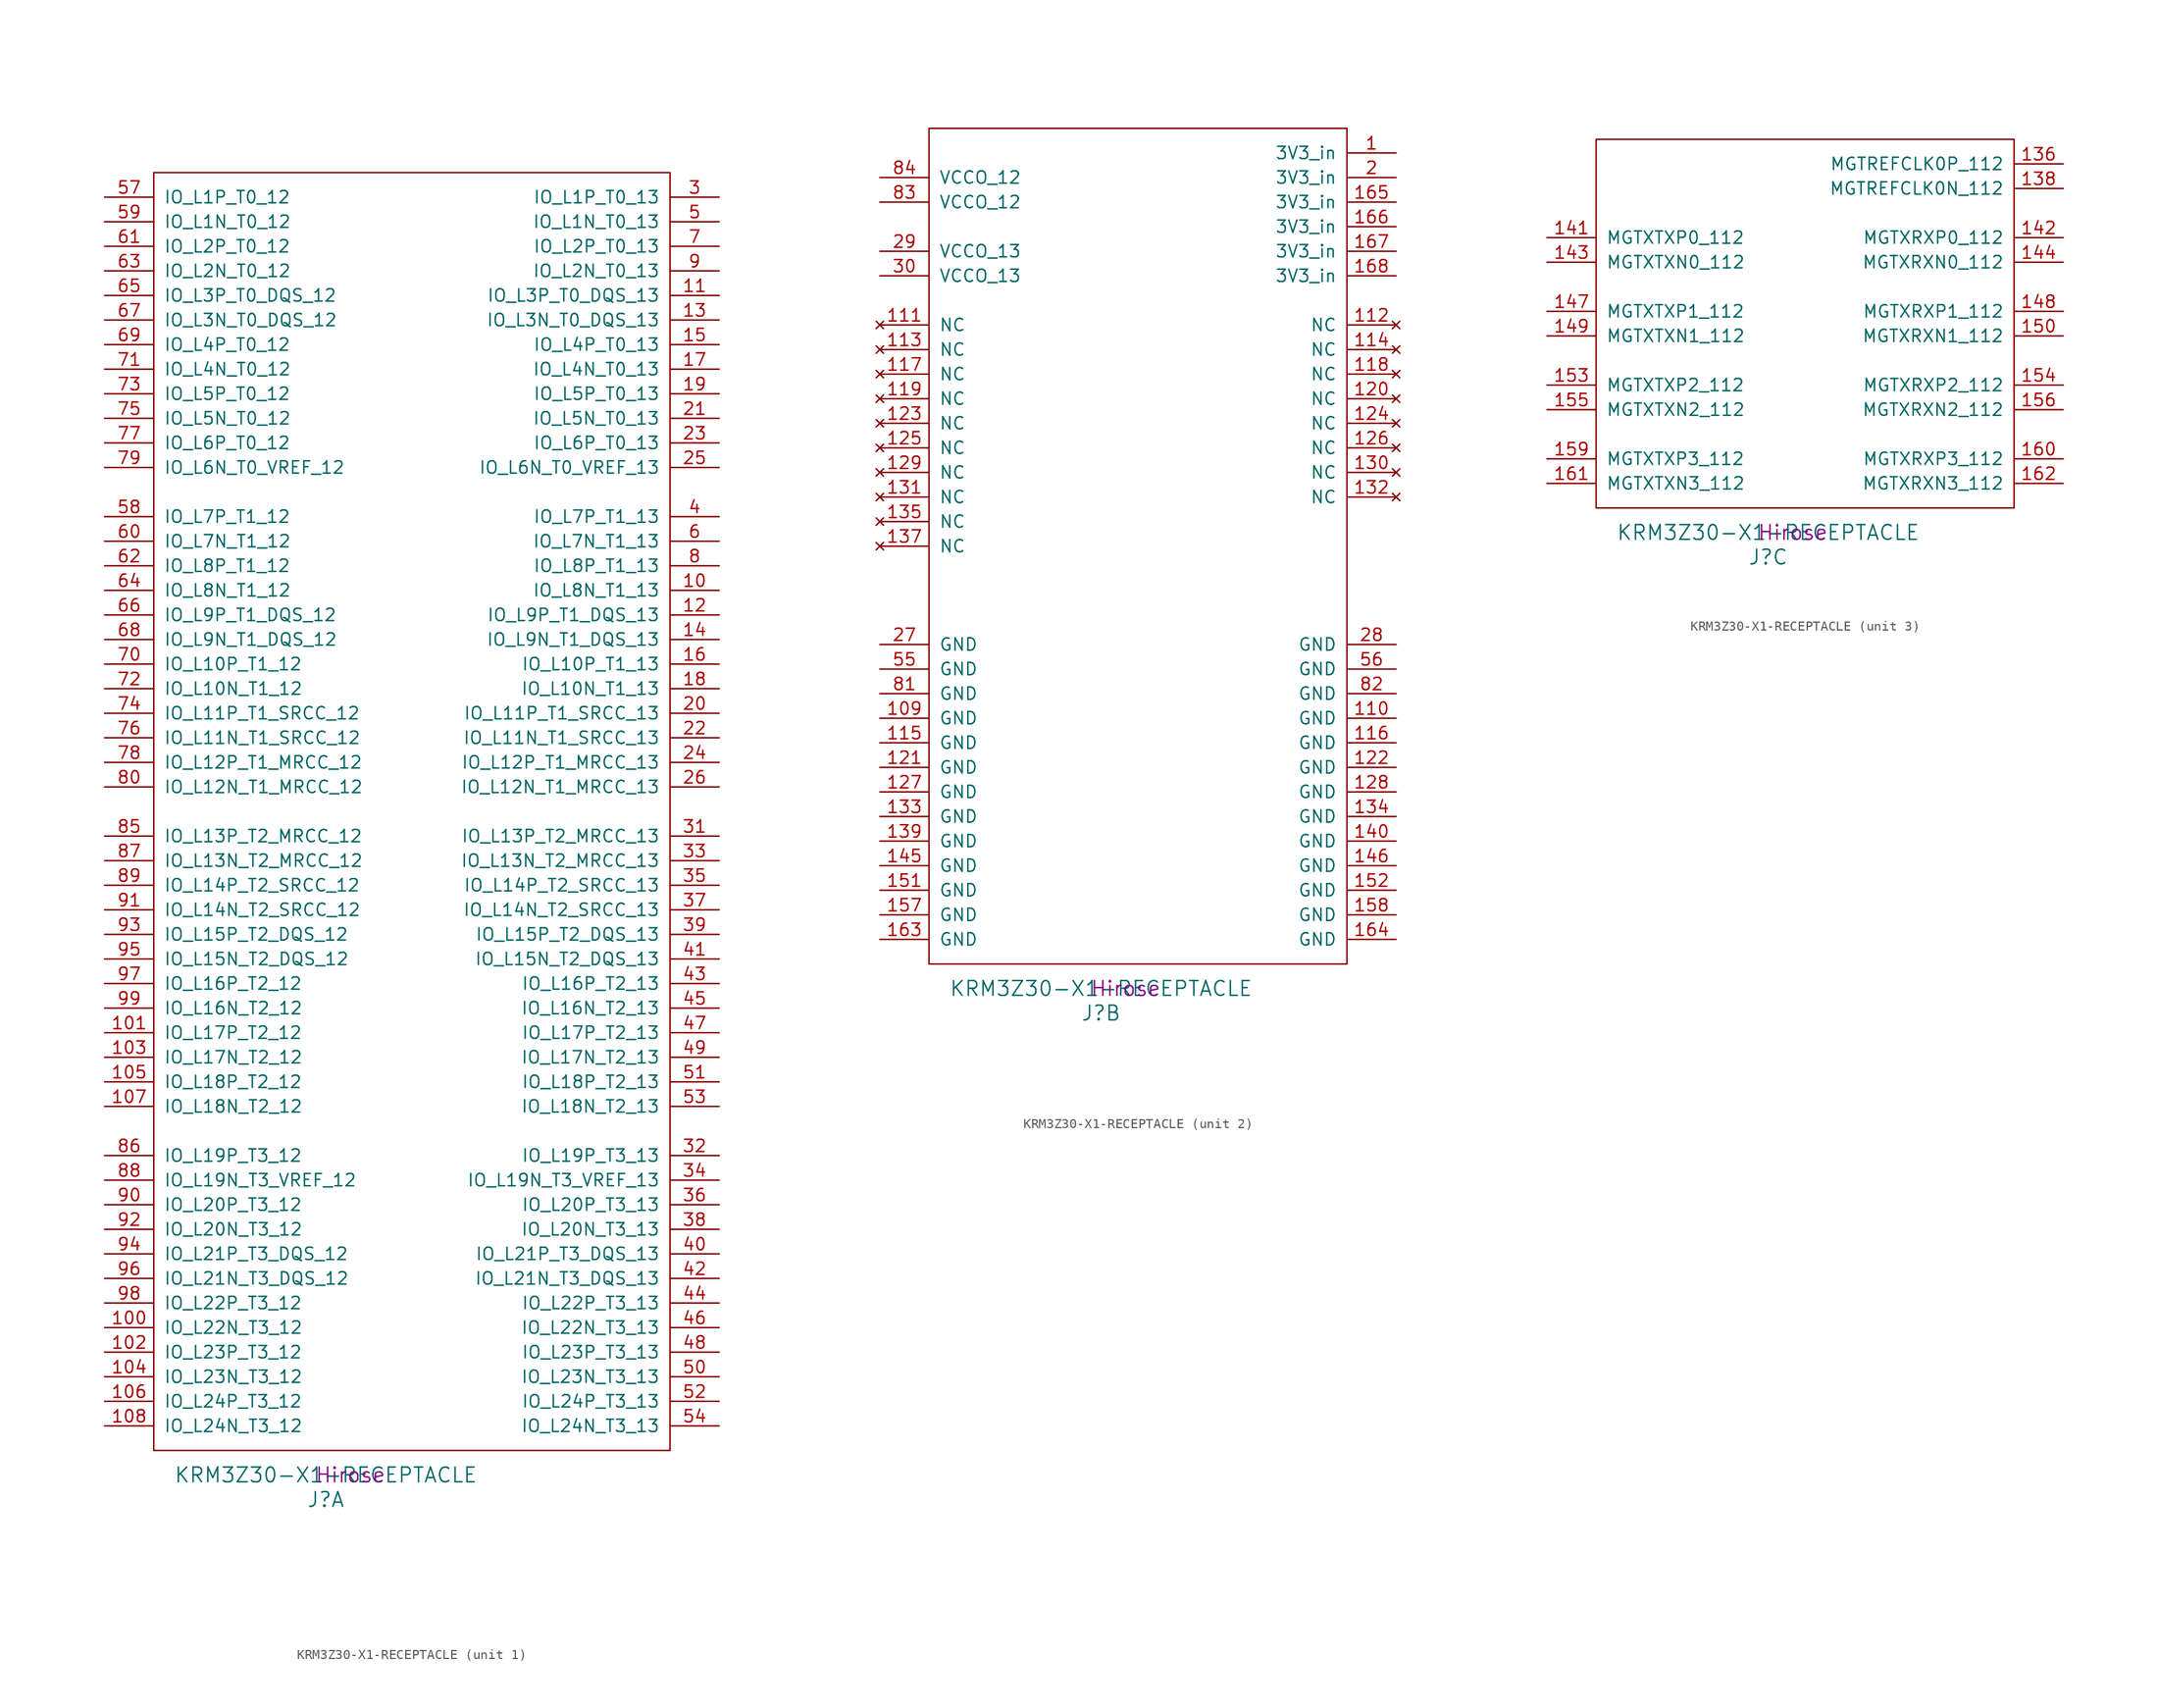
<source format=kicad_sym>
(kicad_symbol_lib
  (version 20220914)
  (generator kicad_symbol_editor)
  (symbol "KRM3Z30-X1-RECEPTACLE"
    (pin_names
      (offset 1.016))
    (property "Reference" "J"
      (at 17.78 -5.08 0)
      (effects (font (size 1.524 1.524))))
    (property "Value" "KRM3Z30-X1-RECEPTACLE"
      (at 17.78 -2.54 0)
      (effects (font (size 1.524 1.524))))
    (property "Datasheet" ""
      (at 3.81 43.18 0)
      (effects (font (size 1.524 1.524))))
    (property "Manufacturer" "Hirose"
      (at 20.32 -2.54 0)
      (effects (font (size 1.524 1.524))))
    (property "ki_locked" ""
      (at 0 0 0)
      (effects (font (size 1.27 1.27))))
    (symbol "KRM3Z30-X1-RECEPTACLE_1_1"
      (rectangle (start 0 0) (end 53.34 132.08) (stroke (width 0) (type solid)) (fill (type none)))
      (pin bidirectional line (at 58.42 88.9 180) (length 5.08) (name "IO_L8N_T1_13" (effects (font (size 1.27 1.27)))) (number "10" (effects (font (size 1.27 1.27)))))
      (pin bidirectional line (at -5.08 12.7 0) (length 5.08) (name "IO_L22N_T3_12" (effects (font (size 1.27 1.27)))) (number "100" (effects (font (size 1.27 1.27)))))
      (pin bidirectional line (at -5.08 43.18 0) (length 5.08) (name "IO_L17P_T2_12" (effects (font (size 1.27 1.27)))) (number "101" (effects (font (size 1.27 1.27)))))
      (pin bidirectional line (at -5.08 10.16 0) (length 5.08) (name "IO_L23P_T3_12" (effects (font (size 1.27 1.27)))) (number "102" (effects (font (size 1.27 1.27)))))
      (pin bidirectional line (at -5.08 40.64 0) (length 5.08) (name "IO_L17N_T2_12" (effects (font (size 1.27 1.27)))) (number "103" (effects (font (size 1.27 1.27)))))
      (pin bidirectional line (at -5.08 7.62 0) (length 5.08) (name "IO_L23N_T3_12" (effects (font (size 1.27 1.27)))) (number "104" (effects (font (size 1.27 1.27)))))
      (pin bidirectional line (at -5.08 38.1 0) (length 5.08) (name "IO_L18P_T2_12" (effects (font (size 1.27 1.27)))) (number "105" (effects (font (size 1.27 1.27)))))
      (pin bidirectional line (at -5.08 5.08 0) (length 5.08) (name "IO_L24P_T3_12" (effects (font (size 1.27 1.27)))) (number "106" (effects (font (size 1.27 1.27)))))
      (pin bidirectional line (at -5.08 35.56 0) (length 5.08) (name "IO_L18N_T2_12" (effects (font (size 1.27 1.27)))) (number "107" (effects (font (size 1.27 1.27)))))
      (pin bidirectional line (at -5.08 2.54 0) (length 5.08) (name "IO_L24N_T3_12" (effects (font (size 1.27 1.27)))) (number "108" (effects (font (size 1.27 1.27)))))
      (pin bidirectional line (at 58.42 119.38 180) (length 5.08) (name "IO_L3P_T0_DQS_13" (effects (font (size 1.27 1.27)))) (number "11" (effects (font (size 1.27 1.27)))))
      (pin bidirectional line (at 58.42 86.36 180) (length 5.08) (name "IO_L9P_T1_DQS_13" (effects (font (size 1.27 1.27)))) (number "12" (effects (font (size 1.27 1.27)))))
      (pin bidirectional line (at 58.42 116.84 180) (length 5.08) (name "IO_L3N_T0_DQS_13" (effects (font (size 1.27 1.27)))) (number "13" (effects (font (size 1.27 1.27)))))
      (pin bidirectional line (at 58.42 83.82 180) (length 5.08) (name "IO_L9N_T1_DQS_13" (effects (font (size 1.27 1.27)))) (number "14" (effects (font (size 1.27 1.27)))))
      (pin bidirectional line (at 58.42 114.3 180) (length 5.08) (name "IO_L4P_T0_13" (effects (font (size 1.27 1.27)))) (number "15" (effects (font (size 1.27 1.27)))))
      (pin bidirectional line (at 58.42 81.28 180) (length 5.08) (name "IO_L10P_T1_13" (effects (font (size 1.27 1.27)))) (number "16" (effects (font (size 1.27 1.27)))))
      (pin bidirectional line (at 58.42 111.76 180) (length 5.08) (name "IO_L4N_T0_13" (effects (font (size 1.27 1.27)))) (number "17" (effects (font (size 1.27 1.27)))))
      (pin bidirectional line (at 58.42 78.74 180) (length 5.08) (name "IO_L10N_T1_13" (effects (font (size 1.27 1.27)))) (number "18" (effects (font (size 1.27 1.27)))))
      (pin bidirectional line (at 58.42 109.22 180) (length 5.08) (name "IO_L5P_T0_13" (effects (font (size 1.27 1.27)))) (number "19" (effects (font (size 1.27 1.27)))))
      (pin bidirectional line (at 58.42 76.2 180) (length 5.08) (name "IO_L11P_T1_SRCC_13" (effects (font (size 1.27 1.27)))) (number "20" (effects (font (size 1.27 1.27)))))
      (pin bidirectional line (at 58.42 106.68 180) (length 5.08) (name "IO_L5N_T0_13" (effects (font (size 1.27 1.27)))) (number "21" (effects (font (size 1.27 1.27)))))
      (pin bidirectional line (at 58.42 73.66 180) (length 5.08) (name "IO_L11N_T1_SRCC_13" (effects (font (size 1.27 1.27)))) (number "22" (effects (font (size 1.27 1.27)))))
      (pin bidirectional line (at 58.42 104.14 180) (length 5.08) (name "IO_L6P_T0_13" (effects (font (size 1.27 1.27)))) (number "23" (effects (font (size 1.27 1.27)))))
      (pin bidirectional line (at 58.42 71.12 180) (length 5.08) (name "IO_L12P_T1_MRCC_13" (effects (font (size 1.27 1.27)))) (number "24" (effects (font (size 1.27 1.27)))))
      (pin bidirectional line (at 58.42 101.6 180) (length 5.08) (name "IO_L6N_T0_VREF_13" (effects (font (size 1.27 1.27)))) (number "25" (effects (font (size 1.27 1.27)))))
      (pin bidirectional line (at 58.42 68.58 180) (length 5.08) (name "IO_L12N_T1_MRCC_13" (effects (font (size 1.27 1.27)))) (number "26" (effects (font (size 1.27 1.27)))))
      (pin bidirectional line (at 58.42 129.54 180) (length 5.08) (name "IO_L1P_T0_13" (effects (font (size 1.27 1.27)))) (number "3" (effects (font (size 1.27 1.27)))))
      (pin bidirectional line (at 58.42 63.5 180) (length 5.08) (name "IO_L13P_T2_MRCC_13" (effects (font (size 1.27 1.27)))) (number "31" (effects (font (size 1.27 1.27)))))
      (pin bidirectional line (at 58.42 30.48 180) (length 5.08) (name "IO_L19P_T3_13" (effects (font (size 1.27 1.27)))) (number "32" (effects (font (size 1.27 1.27)))))
      (pin bidirectional line (at 58.42 60.96 180) (length 5.08) (name "IO_L13N_T2_MRCC_13" (effects (font (size 1.27 1.27)))) (number "33" (effects (font (size 1.27 1.27)))))
      (pin bidirectional line (at 58.42 27.94 180) (length 5.08) (name "IO_L19N_T3_VREF_13" (effects (font (size 1.27 1.27)))) (number "34" (effects (font (size 1.27 1.27)))))
      (pin bidirectional line (at 58.42 58.42 180) (length 5.08) (name "IO_L14P_T2_SRCC_13" (effects (font (size 1.27 1.27)))) (number "35" (effects (font (size 1.27 1.27)))))
      (pin bidirectional line (at 58.42 25.4 180) (length 5.08) (name "IO_L20P_T3_13" (effects (font (size 1.27 1.27)))) (number "36" (effects (font (size 1.27 1.27)))))
      (pin bidirectional line (at 58.42 55.88 180) (length 5.08) (name "IO_L14N_T2_SRCC_13" (effects (font (size 1.27 1.27)))) (number "37" (effects (font (size 1.27 1.27)))))
      (pin bidirectional line (at 58.42 22.86 180) (length 5.08) (name "IO_L20N_T3_13" (effects (font (size 1.27 1.27)))) (number "38" (effects (font (size 1.27 1.27)))))
      (pin bidirectional line (at 58.42 53.34 180) (length 5.08) (name "IO_L15P_T2_DQS_13" (effects (font (size 1.27 1.27)))) (number "39" (effects (font (size 1.27 1.27)))))
      (pin bidirectional line (at 58.42 96.52 180) (length 5.08) (name "IO_L7P_T1_13" (effects (font (size 1.27 1.27)))) (number "4" (effects (font (size 1.27 1.27)))))
      (pin bidirectional line (at 58.42 20.32 180) (length 5.08) (name "IO_L21P_T3_DQS_13" (effects (font (size 1.27 1.27)))) (number "40" (effects (font (size 1.27 1.27)))))
      (pin bidirectional line (at 58.42 50.8 180) (length 5.08) (name "IO_L15N_T2_DQS_13" (effects (font (size 1.27 1.27)))) (number "41" (effects (font (size 1.27 1.27)))))
      (pin bidirectional line (at 58.42 17.78 180) (length 5.08) (name "IO_L21N_T3_DQS_13" (effects (font (size 1.27 1.27)))) (number "42" (effects (font (size 1.27 1.27)))))
      (pin bidirectional line (at 58.42 48.26 180) (length 5.08) (name "IO_L16P_T2_13" (effects (font (size 1.27 1.27)))) (number "43" (effects (font (size 1.27 1.27)))))
      (pin bidirectional line (at 58.42 15.24 180) (length 5.08) (name "IO_L22P_T3_13" (effects (font (size 1.27 1.27)))) (number "44" (effects (font (size 1.27 1.27)))))
      (pin bidirectional line (at 58.42 45.72 180) (length 5.08) (name "IO_L16N_T2_13" (effects (font (size 1.27 1.27)))) (number "45" (effects (font (size 1.27 1.27)))))
      (pin bidirectional line (at 58.42 12.7 180) (length 5.08) (name "IO_L22N_T3_13" (effects (font (size 1.27 1.27)))) (number "46" (effects (font (size 1.27 1.27)))))
      (pin bidirectional line (at 58.42 43.18 180) (length 5.08) (name "IO_L17P_T2_13" (effects (font (size 1.27 1.27)))) (number "47" (effects (font (size 1.27 1.27)))))
      (pin bidirectional line (at 58.42 10.16 180) (length 5.08) (name "IO_L23P_T3_13" (effects (font (size 1.27 1.27)))) (number "48" (effects (font (size 1.27 1.27)))))
      (pin bidirectional line (at 58.42 40.64 180) (length 5.08) (name "IO_L17N_T2_13" (effects (font (size 1.27 1.27)))) (number "49" (effects (font (size 1.27 1.27)))))
      (pin bidirectional line (at 58.42 127 180) (length 5.08) (name "IO_L1N_T0_13" (effects (font (size 1.27 1.27)))) (number "5" (effects (font (size 1.27 1.27)))))
      (pin bidirectional line (at 58.42 7.62 180) (length 5.08) (name "IO_L23N_T3_13" (effects (font (size 1.27 1.27)))) (number "50" (effects (font (size 1.27 1.27)))))
      (pin bidirectional line (at 58.42 38.1 180) (length 5.08) (name "IO_L18P_T2_13" (effects (font (size 1.27 1.27)))) (number "51" (effects (font (size 1.27 1.27)))))
      (pin bidirectional line (at 58.42 5.08 180) (length 5.08) (name "IO_L24P_T3_13" (effects (font (size 1.27 1.27)))) (number "52" (effects (font (size 1.27 1.27)))))
      (pin bidirectional line (at 58.42 35.56 180) (length 5.08) (name "IO_L18N_T2_13" (effects (font (size 1.27 1.27)))) (number "53" (effects (font (size 1.27 1.27)))))
      (pin bidirectional line (at 58.42 2.54 180) (length 5.08) (name "IO_L24N_T3_13" (effects (font (size 1.27 1.27)))) (number "54" (effects (font (size 1.27 1.27)))))
      (pin bidirectional line (at -5.08 129.54 0) (length 5.08) (name "IO_L1P_T0_12" (effects (font (size 1.27 1.27)))) (number "57" (effects (font (size 1.27 1.27)))))
      (pin bidirectional line (at -5.08 96.52 0) (length 5.08) (name "IO_L7P_T1_12" (effects (font (size 1.27 1.27)))) (number "58" (effects (font (size 1.27 1.27)))))
      (pin bidirectional line (at -5.08 127 0) (length 5.08) (name "IO_L1N_T0_12" (effects (font (size 1.27 1.27)))) (number "59" (effects (font (size 1.27 1.27)))))
      (pin bidirectional line (at 58.42 93.98 180) (length 5.08) (name "IO_L7N_T1_13" (effects (font (size 1.27 1.27)))) (number "6" (effects (font (size 1.27 1.27)))))
      (pin bidirectional line (at -5.08 93.98 0) (length 5.08) (name "IO_L7N_T1_12" (effects (font (size 1.27 1.27)))) (number "60" (effects (font (size 1.27 1.27)))))
      (pin bidirectional line (at -5.08 124.46 0) (length 5.08) (name "IO_L2P_T0_12" (effects (font (size 1.27 1.27)))) (number "61" (effects (font (size 1.27 1.27)))))
      (pin bidirectional line (at -5.08 91.44 0) (length 5.08) (name "IO_L8P_T1_12" (effects (font (size 1.27 1.27)))) (number "62" (effects (font (size 1.27 1.27)))))
      (pin bidirectional line (at -5.08 121.92 0) (length 5.08) (name "IO_L2N_T0_12" (effects (font (size 1.27 1.27)))) (number "63" (effects (font (size 1.27 1.27)))))
      (pin bidirectional line (at -5.08 88.9 0) (length 5.08) (name "IO_L8N_T1_12" (effects (font (size 1.27 1.27)))) (number "64" (effects (font (size 1.27 1.27)))))
      (pin bidirectional line (at -5.08 119.38 0) (length 5.08) (name "IO_L3P_T0_DQS_12" (effects (font (size 1.27 1.27)))) (number "65" (effects (font (size 1.27 1.27)))))
      (pin bidirectional line (at -5.08 86.36 0) (length 5.08) (name "IO_L9P_T1_DQS_12" (effects (font (size 1.27 1.27)))) (number "66" (effects (font (size 1.27 1.27)))))
      (pin bidirectional line (at -5.08 116.84 0) (length 5.08) (name "IO_L3N_T0_DQS_12" (effects (font (size 1.27 1.27)))) (number "67" (effects (font (size 1.27 1.27)))))
      (pin bidirectional line (at -5.08 83.82 0) (length 5.08) (name "IO_L9N_T1_DQS_12" (effects (font (size 1.27 1.27)))) (number "68" (effects (font (size 1.27 1.27)))))
      (pin bidirectional line (at -5.08 114.3 0) (length 5.08) (name "IO_L4P_T0_12" (effects (font (size 1.27 1.27)))) (number "69" (effects (font (size 1.27 1.27)))))
      (pin bidirectional line (at 58.42 124.46 180) (length 5.08) (name "IO_L2P_T0_13" (effects (font (size 1.27 1.27)))) (number "7" (effects (font (size 1.27 1.27)))))
      (pin bidirectional line (at -5.08 81.28 0) (length 5.08) (name "IO_L10P_T1_12" (effects (font (size 1.27 1.27)))) (number "70" (effects (font (size 1.27 1.27)))))
      (pin bidirectional line (at -5.08 111.76 0) (length 5.08) (name "IO_L4N_T0_12" (effects (font (size 1.27 1.27)))) (number "71" (effects (font (size 1.27 1.27)))))
      (pin bidirectional line (at -5.08 78.74 0) (length 5.08) (name "IO_L10N_T1_12" (effects (font (size 1.27 1.27)))) (number "72" (effects (font (size 1.27 1.27)))))
      (pin bidirectional line (at -5.08 109.22 0) (length 5.08) (name "IO_L5P_T0_12" (effects (font (size 1.27 1.27)))) (number "73" (effects (font (size 1.27 1.27)))))
      (pin bidirectional line (at -5.08 76.2 0) (length 5.08) (name "IO_L11P_T1_SRCC_12" (effects (font (size 1.27 1.27)))) (number "74" (effects (font (size 1.27 1.27)))))
      (pin bidirectional line (at -5.08 106.68 0) (length 5.08) (name "IO_L5N_T0_12" (effects (font (size 1.27 1.27)))) (number "75" (effects (font (size 1.27 1.27)))))
      (pin bidirectional line (at -5.08 73.66 0) (length 5.08) (name "IO_L11N_T1_SRCC_12" (effects (font (size 1.27 1.27)))) (number "76" (effects (font (size 1.27 1.27)))))
      (pin bidirectional line (at -5.08 104.14 0) (length 5.08) (name "IO_L6P_T0_12" (effects (font (size 1.27 1.27)))) (number "77" (effects (font (size 1.27 1.27)))))
      (pin bidirectional line (at -5.08 71.12 0) (length 5.08) (name "IO_L12P_T1_MRCC_12" (effects (font (size 1.27 1.27)))) (number "78" (effects (font (size 1.27 1.27)))))
      (pin bidirectional line (at -5.08 101.6 0) (length 5.08) (name "IO_L6N_T0_VREF_12" (effects (font (size 1.27 1.27)))) (number "79" (effects (font (size 1.27 1.27)))))
      (pin bidirectional line (at 58.42 91.44 180) (length 5.08) (name "IO_L8P_T1_13" (effects (font (size 1.27 1.27)))) (number "8" (effects (font (size 1.27 1.27)))))
      (pin bidirectional line (at -5.08 68.58 0) (length 5.08) (name "IO_L12N_T1_MRCC_12" (effects (font (size 1.27 1.27)))) (number "80" (effects (font (size 1.27 1.27)))))
      (pin bidirectional line (at -5.08 63.5 0) (length 5.08) (name "IO_L13P_T2_MRCC_12" (effects (font (size 1.27 1.27)))) (number "85" (effects (font (size 1.27 1.27)))))
      (pin bidirectional line (at -5.08 30.48 0) (length 5.08) (name "IO_L19P_T3_12" (effects (font (size 1.27 1.27)))) (number "86" (effects (font (size 1.27 1.27)))))
      (pin bidirectional line (at -5.08 60.96 0) (length 5.08) (name "IO_L13N_T2_MRCC_12" (effects (font (size 1.27 1.27)))) (number "87" (effects (font (size 1.27 1.27)))))
      (pin bidirectional line (at -5.08 27.94 0) (length 5.08) (name "IO_L19N_T3_VREF_12" (effects (font (size 1.27 1.27)))) (number "88" (effects (font (size 1.27 1.27)))))
      (pin bidirectional line (at -5.08 58.42 0) (length 5.08) (name "IO_L14P_T2_SRCC_12" (effects (font (size 1.27 1.27)))) (number "89" (effects (font (size 1.27 1.27)))))
      (pin bidirectional line (at 58.42 121.92 180) (length 5.08) (name "IO_L2N_T0_13" (effects (font (size 1.27 1.27)))) (number "9" (effects (font (size 1.27 1.27)))))
      (pin bidirectional line (at -5.08 25.4 0) (length 5.08) (name "IO_L20P_T3_12" (effects (font (size 1.27 1.27)))) (number "90" (effects (font (size 1.27 1.27)))))
      (pin bidirectional line (at -5.08 55.88 0) (length 5.08) (name "IO_L14N_T2_SRCC_12" (effects (font (size 1.27 1.27)))) (number "91" (effects (font (size 1.27 1.27)))))
      (pin bidirectional line (at -5.08 22.86 0) (length 5.08) (name "IO_L20N_T3_12" (effects (font (size 1.27 1.27)))) (number "92" (effects (font (size 1.27 1.27)))))
      (pin bidirectional line (at -5.08 53.34 0) (length 5.08) (name "IO_L15P_T2_DQS_12" (effects (font (size 1.27 1.27)))) (number "93" (effects (font (size 1.27 1.27)))))
      (pin bidirectional line (at -5.08 20.32 0) (length 5.08) (name "IO_L21P_T3_DQS_12" (effects (font (size 1.27 1.27)))) (number "94" (effects (font (size 1.27 1.27)))))
      (pin bidirectional line (at -5.08 50.8 0) (length 5.08) (name "IO_L15N_T2_DQS_12" (effects (font (size 1.27 1.27)))) (number "95" (effects (font (size 1.27 1.27)))))
      (pin bidirectional line (at -5.08 17.78 0) (length 5.08) (name "IO_L21N_T3_DQS_12" (effects (font (size 1.27 1.27)))) (number "96" (effects (font (size 1.27 1.27)))))
      (pin bidirectional line (at -5.08 48.26 0) (length 5.08) (name "IO_L16P_T2_12" (effects (font (size 1.27 1.27)))) (number "97" (effects (font (size 1.27 1.27)))))
      (pin bidirectional line (at -5.08 15.24 0) (length 5.08) (name "IO_L22P_T3_12" (effects (font (size 1.27 1.27)))) (number "98" (effects (font (size 1.27 1.27)))))
      (pin bidirectional line (at -5.08 45.72 0) (length 5.08) (name "IO_L16N_T2_12" (effects (font (size 1.27 1.27)))) (number "99" (effects (font (size 1.27 1.27))))))
    (symbol "KRM3Z30-X1-RECEPTACLE_2_1"
      (rectangle (start 0 86.36) (end 43.18 0) (stroke (width 0) (type solid)) (fill (type none)))
      (pin power_in line (at 48.26 83.82 180) (length 5.08) (name "3V3_in" (effects (font (size 1.27 1.27)))) (number "1" (effects (font (size 1.27 1.27)))))
      (pin power_in line (at -5.08 25.4 0) (length 5.08) (name "GND" (effects (font (size 1.27 1.27)))) (number "109" (effects (font (size 1.27 1.27)))))
      (pin power_in line (at 48.26 25.4 180) (length 5.08) (name "GND" (effects (font (size 1.27 1.27)))) (number "110" (effects (font (size 1.27 1.27)))))
      (pin no_connect line (at -5.08 66.04 0) (length 5.08) (name "NC" (effects (font (size 1.27 1.27)))) (number "111" (effects (font (size 1.27 1.27)))))
      (pin no_connect line (at 48.26 66.04 180) (length 5.08) (name "NC" (effects (font (size 1.27 1.27)))) (number "112" (effects (font (size 1.27 1.27)))))
      (pin no_connect line (at -5.08 63.5 0) (length 5.08) (name "NC" (effects (font (size 1.27 1.27)))) (number "113" (effects (font (size 1.27 1.27)))))
      (pin no_connect line (at 48.26 63.5 180) (length 5.08) (name "NC" (effects (font (size 1.27 1.27)))) (number "114" (effects (font (size 1.27 1.27)))))
      (pin power_in line (at -5.08 22.86 0) (length 5.08) (name "GND" (effects (font (size 1.27 1.27)))) (number "115" (effects (font (size 1.27 1.27)))))
      (pin power_in line (at 48.26 22.86 180) (length 5.08) (name "GND" (effects (font (size 1.27 1.27)))) (number "116" (effects (font (size 1.27 1.27)))))
      (pin no_connect line (at -5.08 60.96 0) (length 5.08) (name "NC" (effects (font (size 1.27 1.27)))) (number "117" (effects (font (size 1.27 1.27)))))
      (pin no_connect line (at 48.26 60.96 180) (length 5.08) (name "NC" (effects (font (size 1.27 1.27)))) (number "118" (effects (font (size 1.27 1.27)))))
      (pin no_connect line (at -5.08 58.42 0) (length 5.08) (name "NC" (effects (font (size 1.27 1.27)))) (number "119" (effects (font (size 1.27 1.27)))))
      (pin no_connect line (at 48.26 58.42 180) (length 5.08) (name "NC" (effects (font (size 1.27 1.27)))) (number "120" (effects (font (size 1.27 1.27)))))
      (pin power_in line (at -5.08 20.32 0) (length 5.08) (name "GND" (effects (font (size 1.27 1.27)))) (number "121" (effects (font (size 1.27 1.27)))))
      (pin power_in line (at 48.26 20.32 180) (length 5.08) (name "GND" (effects (font (size 1.27 1.27)))) (number "122" (effects (font (size 1.27 1.27)))))
      (pin no_connect line (at -5.08 55.88 0) (length 5.08) (name "NC" (effects (font (size 1.27 1.27)))) (number "123" (effects (font (size 1.27 1.27)))))
      (pin no_connect line (at 48.26 55.88 180) (length 5.08) (name "NC" (effects (font (size 1.27 1.27)))) (number "124" (effects (font (size 1.27 1.27)))))
      (pin no_connect line (at -5.08 53.34 0) (length 5.08) (name "NC" (effects (font (size 1.27 1.27)))) (number "125" (effects (font (size 1.27 1.27)))))
      (pin no_connect line (at 48.26 53.34 180) (length 5.08) (name "NC" (effects (font (size 1.27 1.27)))) (number "126" (effects (font (size 1.27 1.27)))))
      (pin power_in line (at -5.08 17.78 0) (length 5.08) (name "GND" (effects (font (size 1.27 1.27)))) (number "127" (effects (font (size 1.27 1.27)))))
      (pin power_in line (at 48.26 17.78 180) (length 5.08) (name "GND" (effects (font (size 1.27 1.27)))) (number "128" (effects (font (size 1.27 1.27)))))
      (pin no_connect line (at -5.08 50.8 0) (length 5.08) (name "NC" (effects (font (size 1.27 1.27)))) (number "129" (effects (font (size 1.27 1.27)))))
      (pin no_connect line (at 48.26 50.8 180) (length 5.08) (name "NC" (effects (font (size 1.27 1.27)))) (number "130" (effects (font (size 1.27 1.27)))))
      (pin no_connect line (at -5.08 48.26 0) (length 5.08) (name "NC" (effects (font (size 1.27 1.27)))) (number "131" (effects (font (size 1.27 1.27)))))
      (pin no_connect line (at 48.26 48.26 180) (length 5.08) (name "NC" (effects (font (size 1.27 1.27)))) (number "132" (effects (font (size 1.27 1.27)))))
      (pin power_in line (at -5.08 15.24 0) (length 5.08) (name "GND" (effects (font (size 1.27 1.27)))) (number "133" (effects (font (size 1.27 1.27)))))
      (pin power_in line (at 48.26 15.24 180) (length 5.08) (name "GND" (effects (font (size 1.27 1.27)))) (number "134" (effects (font (size 1.27 1.27)))))
      (pin no_connect line (at -5.08 45.72 0) (length 5.08) (name "NC" (effects (font (size 1.27 1.27)))) (number "135" (effects (font (size 1.27 1.27)))))
      (pin no_connect line (at -5.08 43.18 0) (length 5.08) (name "NC" (effects (font (size 1.27 1.27)))) (number "137" (effects (font (size 1.27 1.27)))))
      (pin power_in line (at -5.08 12.7 0) (length 5.08) (name "GND" (effects (font (size 1.27 1.27)))) (number "139" (effects (font (size 1.27 1.27)))))
      (pin power_in line (at 48.26 12.7 180) (length 5.08) (name "GND" (effects (font (size 1.27 1.27)))) (number "140" (effects (font (size 1.27 1.27)))))
      (pin power_in line (at -5.08 10.16 0) (length 5.08) (name "GND" (effects (font (size 1.27 1.27)))) (number "145" (effects (font (size 1.27 1.27)))))
      (pin power_in line (at 48.26 10.16 180) (length 5.08) (name "GND" (effects (font (size 1.27 1.27)))) (number "146" (effects (font (size 1.27 1.27)))))
      (pin power_in line (at -5.08 7.62 0) (length 5.08) (name "GND" (effects (font (size 1.27 1.27)))) (number "151" (effects (font (size 1.27 1.27)))))
      (pin power_in line (at 48.26 7.62 180) (length 5.08) (name "GND" (effects (font (size 1.27 1.27)))) (number "152" (effects (font (size 1.27 1.27)))))
      (pin power_in line (at -5.08 5.08 0) (length 5.08) (name "GND" (effects (font (size 1.27 1.27)))) (number "157" (effects (font (size 1.27 1.27)))))
      (pin power_in line (at 48.26 5.08 180) (length 5.08) (name "GND" (effects (font (size 1.27 1.27)))) (number "158" (effects (font (size 1.27 1.27)))))
      (pin power_in line (at -5.08 2.54 0) (length 5.08) (name "GND" (effects (font (size 1.27 1.27)))) (number "163" (effects (font (size 1.27 1.27)))))
      (pin power_in line (at 48.26 2.54 180) (length 5.08) (name "GND" (effects (font (size 1.27 1.27)))) (number "164" (effects (font (size 1.27 1.27)))))
      (pin power_in line (at 48.26 78.74 180) (length 5.08) (name "3V3_in" (effects (font (size 1.27 1.27)))) (number "165" (effects (font (size 1.27 1.27)))))
      (pin power_in line (at 48.26 76.2 180) (length 5.08) (name "3V3_in" (effects (font (size 1.27 1.27)))) (number "166" (effects (font (size 1.27 1.27)))))
      (pin power_in line (at 48.26 73.66 180) (length 5.08) (name "3V3_in" (effects (font (size 1.27 1.27)))) (number "167" (effects (font (size 1.27 1.27)))))
      (pin power_in line (at 48.26 71.12 180) (length 5.08) (name "3V3_in" (effects (font (size 1.27 1.27)))) (number "168" (effects (font (size 1.27 1.27)))))
      (pin power_in line (at 48.26 81.28 180) (length 5.08) (name "3V3_in" (effects (font (size 1.27 1.27)))) (number "2" (effects (font (size 1.27 1.27)))))
      (pin power_in line (at -5.08 33.02 0) (length 5.08) (name "GND" (effects (font (size 1.27 1.27)))) (number "27" (effects (font (size 1.27 1.27)))))
      (pin input line (at 48.26 33.02 180) (length 5.08) (name "GND" (effects (font (size 1.27 1.27)))) (number "28" (effects (font (size 1.27 1.27)))))
      (pin power_in line (at -5.08 73.66 0) (length 5.08) (name "VCCO_13" (effects (font (size 1.27 1.27)))) (number "29" (effects (font (size 1.27 1.27)))))
      (pin power_in line (at -5.08 71.12 0) (length 5.08) (name "VCCO_13" (effects (font (size 1.27 1.27)))) (number "30" (effects (font (size 1.27 1.27)))))
      (pin power_in line (at -5.08 30.48 0) (length 5.08) (name "GND" (effects (font (size 1.27 1.27)))) (number "55" (effects (font (size 1.27 1.27)))))
      (pin power_in line (at 48.26 30.48 180) (length 5.08) (name "GND" (effects (font (size 1.27 1.27)))) (number "56" (effects (font (size 1.27 1.27)))))
      (pin power_in line (at -5.08 27.94 0) (length 5.08) (name "GND" (effects (font (size 1.27 1.27)))) (number "81" (effects (font (size 1.27 1.27)))))
      (pin power_in line (at 48.26 27.94 180) (length 5.08) (name "GND" (effects (font (size 1.27 1.27)))) (number "82" (effects (font (size 1.27 1.27)))))
      (pin power_in line (at -5.08 78.74 0) (length 5.08) (name "VCCO_12" (effects (font (size 1.27 1.27)))) (number "83" (effects (font (size 1.27 1.27)))))
      (pin power_in line (at -5.08 81.28 0) (length 5.08) (name "VCCO_12" (effects (font (size 1.27 1.27)))) (number "84" (effects (font (size 1.27 1.27))))))
    (symbol "KRM3Z30-X1-RECEPTACLE_3_1"
      (rectangle (start 0 0) (end 43.18 38.1) (stroke (width 0) (type solid)) (fill (type none)))
      (pin input line (at 48.26 35.56 180) (length 5.08) (name "MGTREFCLK0P_112" (effects (font (size 1.27 1.27)))) (number "136" (effects (font (size 1.27 1.27)))))
      (pin input line (at 48.26 33.02 180) (length 5.08) (name "MGTREFCLK0N_112" (effects (font (size 1.27 1.27)))) (number "138" (effects (font (size 1.27 1.27)))))
      (pin output line (at -5.08 27.94 0) (length 5.08) (name "MGTXTXP0_112" (effects (font (size 1.27 1.27)))) (number "141" (effects (font (size 1.27 1.27)))))
      (pin input line (at 48.26 27.94 180) (length 5.08) (name "MGTXRXP0_112" (effects (font (size 1.27 1.27)))) (number "142" (effects (font (size 1.27 1.27)))))
      (pin output line (at -5.08 25.4 0) (length 5.08) (name "MGTXTXN0_112" (effects (font (size 1.27 1.27)))) (number "143" (effects (font (size 1.27 1.27)))))
      (pin input line (at 48.26 25.4 180) (length 5.08) (name "MGTXRXN0_112" (effects (font (size 1.27 1.27)))) (number "144" (effects (font (size 1.27 1.27)))))
      (pin output line (at -5.08 20.32 0) (length 5.08) (name "MGTXTXP1_112" (effects (font (size 1.27 1.27)))) (number "147" (effects (font (size 1.27 1.27)))))
      (pin input line (at 48.26 20.32 180) (length 5.08) (name "MGTXRXP1_112" (effects (font (size 1.27 1.27)))) (number "148" (effects (font (size 1.27 1.27)))))
      (pin output line (at -5.08 17.78 0) (length 5.08) (name "MGTXTXN1_112" (effects (font (size 1.27 1.27)))) (number "149" (effects (font (size 1.27 1.27)))))
      (pin input line (at 48.26 17.78 180) (length 5.08) (name "MGTXRXN1_112" (effects (font (size 1.27 1.27)))) (number "150" (effects (font (size 1.27 1.27)))))
      (pin output line (at -5.08 12.7 0) (length 5.08) (name "MGTXTXP2_112" (effects (font (size 1.27 1.27)))) (number "153" (effects (font (size 1.27 1.27)))))
      (pin input line (at 48.26 12.7 180) (length 5.08) (name "MGTXRXP2_112" (effects (font (size 1.27 1.27)))) (number "154" (effects (font (size 1.27 1.27)))))
      (pin output line (at -5.08 10.16 0) (length 5.08) (name "MGTXTXN2_112" (effects (font (size 1.27 1.27)))) (number "155" (effects (font (size 1.27 1.27)))))
      (pin input line (at 48.26 10.16 180) (length 5.08) (name "MGTXRXN2_112" (effects (font (size 1.27 1.27)))) (number "156" (effects (font (size 1.27 1.27)))))
      (pin output line (at -5.08 5.08 0) (length 5.08) (name "MGTXTXP3_112" (effects (font (size 1.27 1.27)))) (number "159" (effects (font (size 1.27 1.27)))))
      (pin input line (at 48.26 5.08 180) (length 5.08) (name "MGTXRXP3_112" (effects (font (size 1.27 1.27)))) (number "160" (effects (font (size 1.27 1.27)))))
      (pin output line (at -5.08 2.54 0) (length 5.08) (name "MGTXTXN3_112" (effects (font (size 1.27 1.27)))) (number "161" (effects (font (size 1.27 1.27)))))
      (pin input line (at 48.26 2.54 180) (length 5.08) (name "MGTXRXN3_112" (effects (font (size 1.27 1.27)))) (number "162" (effects (font (size 1.27 1.27))))))))
</source>
